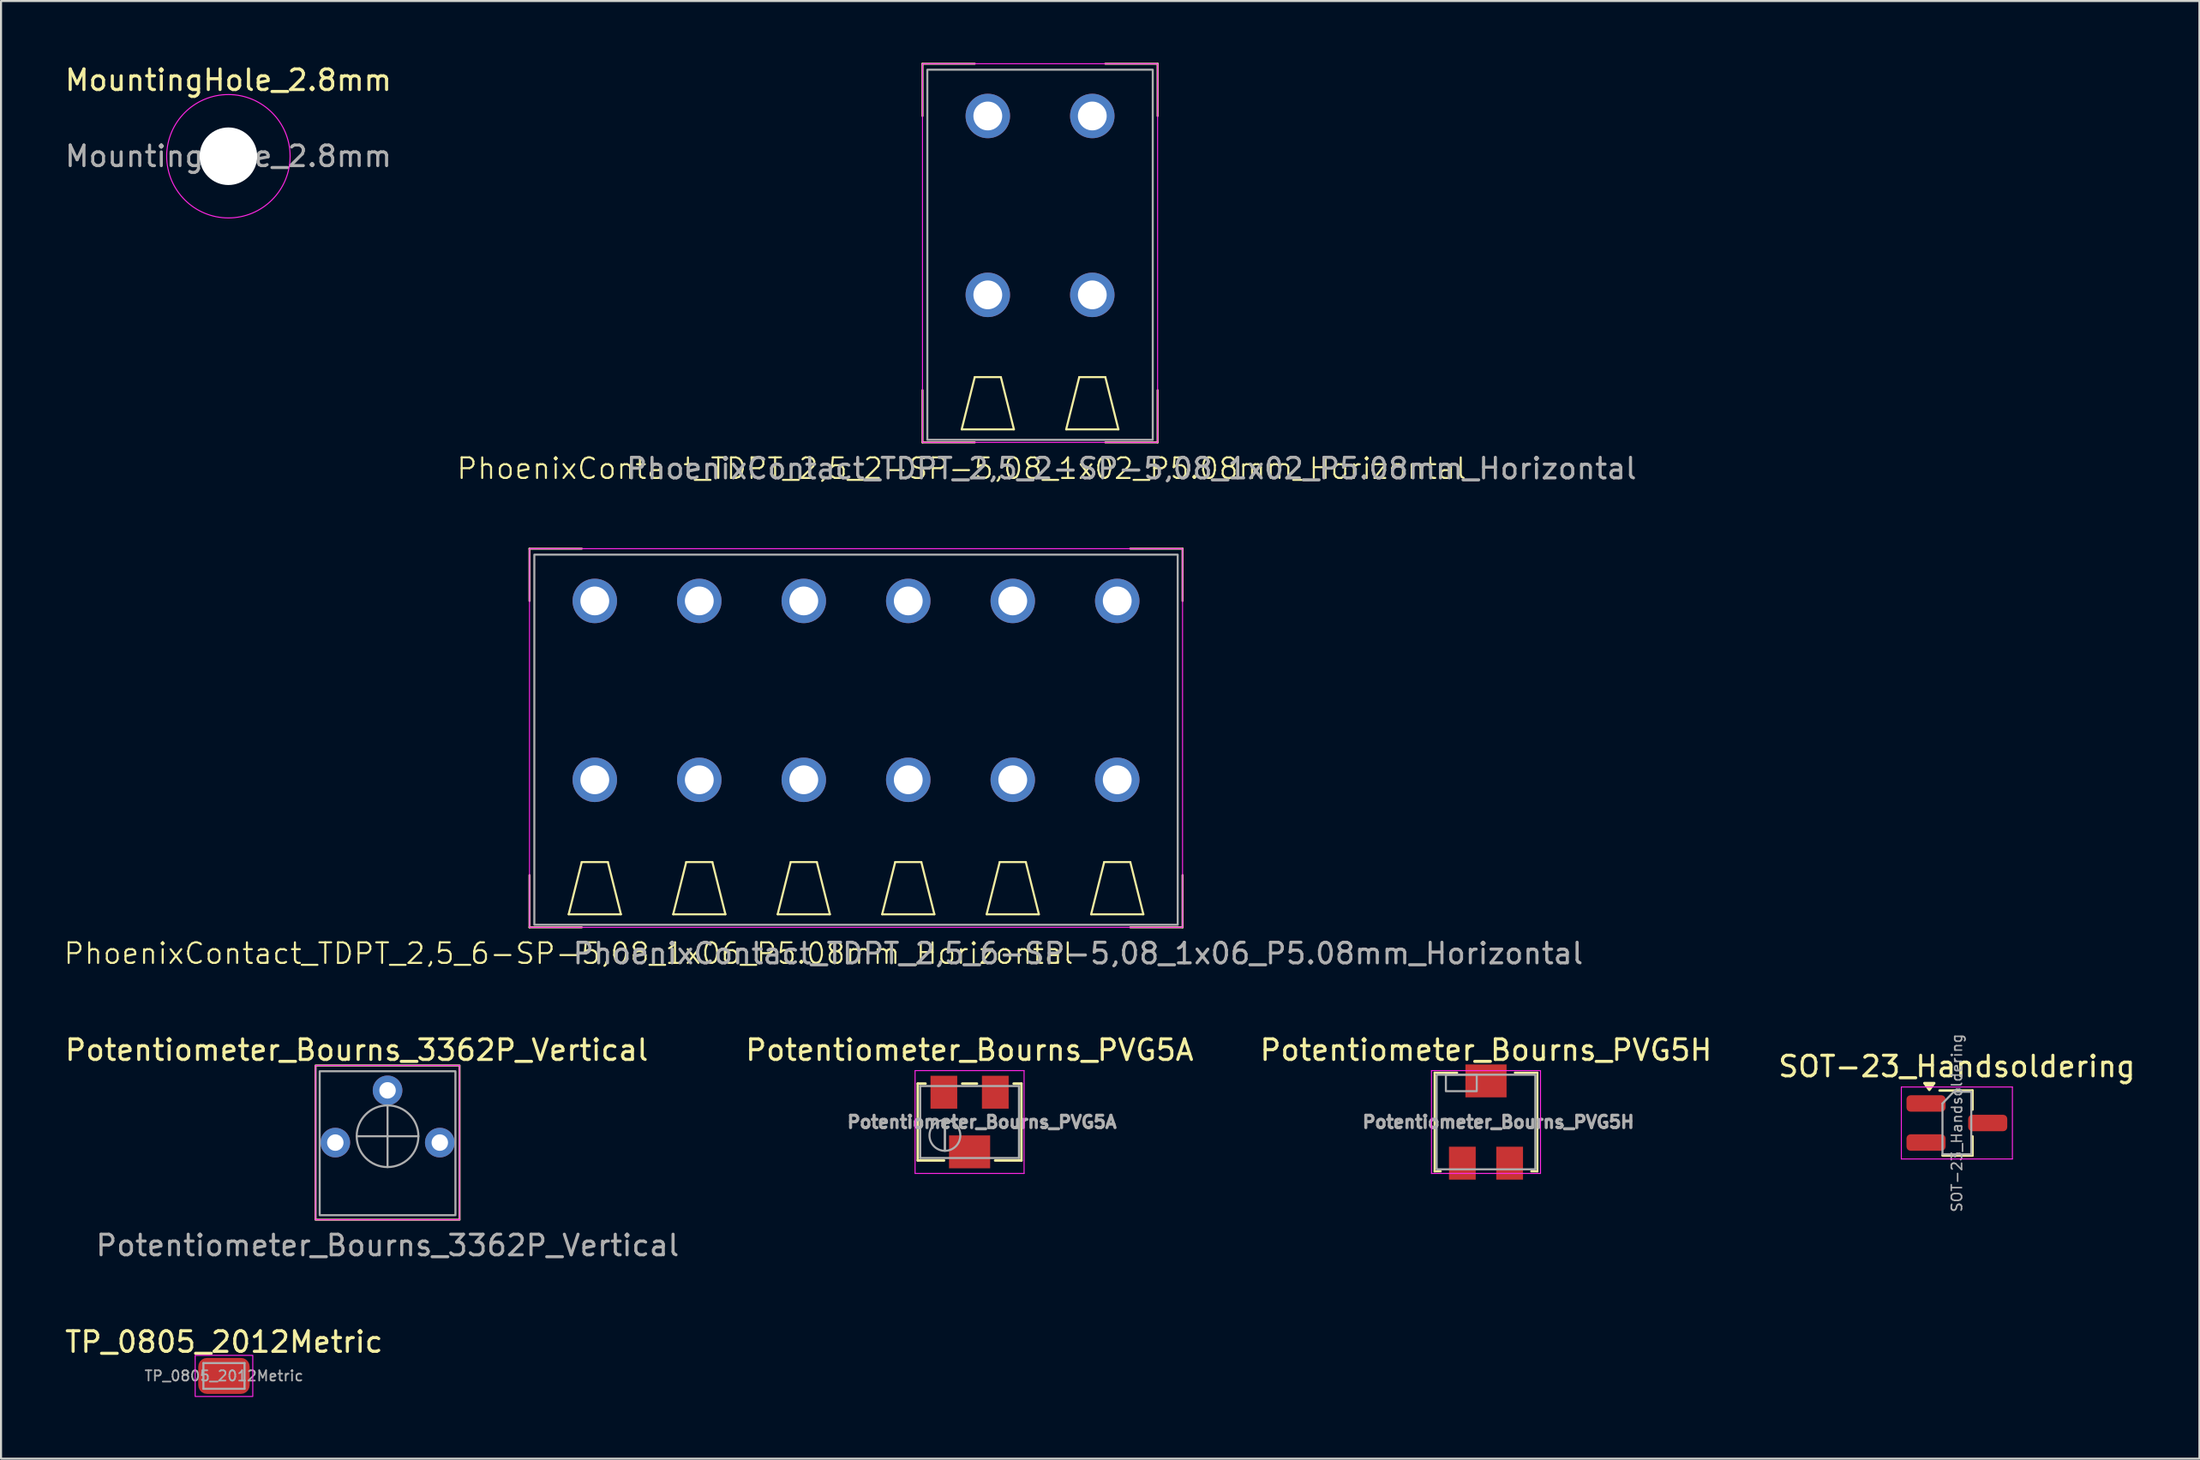
<source format=kicad_pcb>
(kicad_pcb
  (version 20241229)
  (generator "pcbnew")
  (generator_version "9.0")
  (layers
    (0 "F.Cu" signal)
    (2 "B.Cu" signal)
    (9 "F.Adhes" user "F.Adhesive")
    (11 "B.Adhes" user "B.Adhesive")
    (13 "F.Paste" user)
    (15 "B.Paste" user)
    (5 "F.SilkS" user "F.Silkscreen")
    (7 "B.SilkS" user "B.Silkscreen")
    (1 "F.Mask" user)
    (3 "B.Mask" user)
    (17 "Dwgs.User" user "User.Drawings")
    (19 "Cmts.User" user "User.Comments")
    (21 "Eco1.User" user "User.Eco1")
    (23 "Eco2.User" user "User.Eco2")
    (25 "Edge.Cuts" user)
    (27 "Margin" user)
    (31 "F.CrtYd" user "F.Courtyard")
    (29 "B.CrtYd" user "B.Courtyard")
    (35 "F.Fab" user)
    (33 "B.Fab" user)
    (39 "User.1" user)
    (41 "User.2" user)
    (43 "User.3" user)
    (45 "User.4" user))
  (footprint "SOT-23_Handsoldering"
    (layer "F.Cu")
    (at 92.089 51.562)
    (property "Reference" "SOT-23_Handsoldering" (at 0 -2.75 0) (layer "F.SilkS") (effects (font (size 1 1) (thickness 0.15))))
    (attr smd)
    (fp_line (start -0.04 -1.58) (end -0.84 -1.58) (stroke (width 0.12) (type solid)) (layer "F.SilkS"))
    (fp_line (start -0.04 -1.58) (end 0.76 -1.58) (stroke (width 0.12) (type solid)) (layer "F.SilkS"))
    (fp_line (start 0.76 -1.58) (end 0.76 -0.65) (stroke (width 0.12) (type solid)) (layer "F.SilkS"))
    (fp_line (start 0.76 1.58) (end -0.7 1.58) (stroke (width 0.12) (type solid)) (layer "F.SilkS"))
    (fp_line (start 0.76 1.58) (end 0.76 0.65) (stroke (width 0.12) (type solid)) (layer "F.SilkS"))
    (fp_poly (pts (xy -1.34 -1.61) (xy -1.58 -1.94) (xy -1.1 -1.94) (xy -1.34 -1.61)) (stroke (width 0.12) (type solid)) (fill yes) (layer "F.SilkS"))
    (fp_line (start -2.7 -1.75) (end 2.7 -1.75) (stroke (width 0.05) (type solid)) (layer "F.CrtYd"))
    (fp_line (start -2.7 1.75) (end -2.7 -1.75) (stroke (width 0.05) (type solid)) (layer "F.CrtYd"))
    (fp_line (start 2.7 -1.75) (end 2.7 1.75) (stroke (width 0.05) (type solid)) (layer "F.CrtYd"))
    (fp_line (start 2.7 1.75) (end -2.7 1.75) (stroke (width 0.05) (type solid)) (layer "F.CrtYd"))
    (fp_line (start -0.7 -0.95) (end -0.7 1.5) (stroke (width 0.1) (type solid)) (layer "F.Fab"))
    (fp_line (start -0.7 -0.95) (end -0.15 -1.52) (stroke (width 0.1) (type solid)) (layer "F.Fab"))
    (fp_line (start -0.7 1.52) (end 0.7 1.52) (stroke (width 0.1) (type solid)) (layer "F.Fab"))
    (fp_line (start -0.15 -1.52) (end 0.7 -1.52) (stroke (width 0.1) (type solid)) (layer "F.Fab"))
    (fp_line (start 0.7 -1.52) (end 0.7 1.52) (stroke (width 0.1) (type solid)) (layer "F.Fab"))
    (fp_text user "${REFERENCE}" (at 0 0 90) (layer "F.Fab") (effects (font (size 0.5 0.5) (thickness 0.075))))
    (pad "1" smd roundrect (at -1.5 -0.95) (size 1.9 0.8) (layers "F.Cu" "F.Mask" "F.Paste") (roundrect_rratio 0.25))
    (pad "2" smd roundrect (at -1.5 0.95) (size 1.9 0.8) (layers "F.Cu" "F.Mask" "F.Paste") (roundrect_rratio 0.25))
    (pad "3" smd roundrect (at 1.5 0) (size 1.9 0.8) (layers "F.Cu" "F.Mask" "F.Paste") (roundrect_rratio 0.25)))
  (footprint "Potentiometer_Bourns_PVG5A"
    (layer "F.Cu")
    (at 44.089 51.515)
    (property "Reference" "Potentiometer_Bourns_PVG5A" (at 0 -3.5 0) (layer "F.SilkS") (effects (font (size 1 1) (thickness 0.15))))
    (attr smd)
    (fp_line (start -2.52 -1.87) (end -2.52 1.87) (stroke (width 0.12) (type solid)) (layer "F.SilkS"))
    (fp_line (start -2.52 -1.87) (end -2.14 -1.87) (stroke (width 0.12) (type solid)) (layer "F.SilkS"))
    (fp_line (start -2.52 1.87) (end -1.24 1.87) (stroke (width 0.12) (type solid)) (layer "F.SilkS"))
    (fp_line (start -0.36 -1.87) (end 0.36 -1.87) (stroke (width 0.12) (type solid)) (layer "F.SilkS"))
    (fp_line (start 1.24 1.87) (end 2.52 1.87) (stroke (width 0.12) (type solid)) (layer "F.SilkS"))
    (fp_line (start 2.14 -1.87) (end 2.52 -1.87) (stroke (width 0.12) (type solid)) (layer "F.SilkS"))
    (fp_line (start 2.52 -1.87) (end 2.52 1.87) (stroke (width 0.12) (type solid)) (layer "F.SilkS"))
    (fp_line (start -2.65 -2.5) (end -2.65 2.5) (stroke (width 0.05) (type solid)) (layer "F.CrtYd"))
    (fp_line (start -2.65 2.5) (end 2.65 2.5) (stroke (width 0.05) (type solid)) (layer "F.CrtYd"))
    (fp_line (start 2.65 -2.5) (end -2.65 -2.5) (stroke (width 0.05) (type solid)) (layer "F.CrtYd"))
    (fp_line (start 2.65 2.5) (end 2.65 -2.5) (stroke (width 0.05) (type solid)) (layer "F.CrtYd"))
    (fp_line (start -2.4 -1.75) (end -2.4 1.75) (stroke (width 0.1) (type solid)) (layer "F.Fab"))
    (fp_line (start -2.4 1.75) (end 2.4 1.75) (stroke (width 0.1) (type solid)) (layer "F.Fab"))
    (fp_line (start -1.2 1.393) (end -1.199 -0.092) (stroke (width 0.1) (type solid)) (layer "F.Fab"))
    (fp_line (start -1.2 1.393) (end -1.199 -0.092) (stroke (width 0.1) (type solid)) (layer "F.Fab"))
    (fp_line (start 2.4 -1.75) (end -2.4 -1.75) (stroke (width 0.1) (type solid)) (layer "F.Fab"))
    (fp_line (start 2.4 1.75) (end 2.4 -1.75) (stroke (width 0.1) (type solid)) (layer "F.Fab"))
    (fp_circle (center -1.2 0.65) (end -0.45 0.65) (stroke (width 0.1) (type solid)) (fill no) (layer "F.Fab"))
    (fp_text user "${REFERENCE}" (at 0.6 0 0) (layer "F.Fab") (effects (font (size 0.6 0.6) (thickness 0.15))))
    (pad "1" smd rect (at 1.25 -1.45) (size 1.3 1.6) (layers "F.Cu" "F.Mask" "F.Paste"))
    (pad "2" smd rect (at 0 1.45) (size 2 1.6) (layers "F.Cu" "F.Mask" "F.Paste"))
    (pad "3" smd rect (at -1.25 -1.45) (size 1.3 1.6) (layers "F.Cu" "F.Mask" "F.Paste")))
  (footprint "PhoenixContact_TDPT_2,5_6-SP-5,08_1x06_P5.08mm_Horizontal"
    (layer "F.Cu")
    (at 25.868 26.173)
    (property "Reference" "PhoenixContact_TDPT_2,5_6-SP-5,08_1x06_P5.08mm_Horizontal" (at -1.27 17.145 0) (unlocked yes) (layer "F.SilkS") (effects (font (size 1 1) (thickness 0.1))))
    (attr through_hole)
    (fp_line (start -3.175 -2.54) (end -0.635 -2.54) (stroke (width 0.1) (type default)) (layer "F.SilkS"))
    (fp_line (start -3.175 0) (end -3.175 -2.54) (stroke (width 0.1) (type default)) (layer "F.SilkS"))
    (fp_line (start -3.175 13.335) (end -3.175 15.875) (stroke (width 0.1) (type default)) (layer "F.SilkS"))
    (fp_line (start -3.175 15.875) (end -0.635 15.875) (stroke (width 0.1) (type default)) (layer "F.SilkS"))
    (fp_line (start -1.27 15.24) (end -0.635 12.7) (stroke (width 0.1) (type default)) (layer "F.SilkS"))
    (fp_line (start -0.635 12.7) (end 0.635 12.7) (stroke (width 0.1) (type default)) (layer "F.SilkS"))
    (fp_line (start 0.635 12.7) (end 1.27 15.24) (stroke (width 0.1) (type default)) (layer "F.SilkS"))
    (fp_line (start 1.27 15.24) (end -1.27 15.24) (stroke (width 0.1) (type default)) (layer "F.SilkS"))
    (fp_line (start 3.81 15.24) (end 4.445 12.7) (stroke (width 0.1) (type default)) (layer "F.SilkS"))
    (fp_line (start 4.445 12.7) (end 5.715 12.7) (stroke (width 0.1) (type default)) (layer "F.SilkS"))
    (fp_line (start 5.715 12.7) (end 6.35 15.24) (stroke (width 0.1) (type default)) (layer "F.SilkS"))
    (fp_line (start 6.35 15.24) (end 3.81 15.24) (stroke (width 0.1) (type default)) (layer "F.SilkS"))
    (fp_line (start 8.89 15.24) (end 9.525 12.7) (stroke (width 0.1) (type default)) (layer "F.SilkS"))
    (fp_line (start 9.525 12.7) (end 10.795 12.7) (stroke (width 0.1) (type default)) (layer "F.SilkS"))
    (fp_line (start 10.795 12.7) (end 11.43 15.24) (stroke (width 0.1) (type default)) (layer "F.SilkS"))
    (fp_line (start 11.43 15.24) (end 8.89 15.24) (stroke (width 0.1) (type default)) (layer "F.SilkS"))
    (fp_line (start 13.97 15.24) (end 14.605 12.7) (stroke (width 0.1) (type default)) (layer "F.SilkS"))
    (fp_line (start 14.605 12.7) (end 15.875 12.7) (stroke (width 0.1) (type default)) (layer "F.SilkS"))
    (fp_line (start 15.875 12.7) (end 16.51 15.24) (stroke (width 0.1) (type default)) (layer "F.SilkS"))
    (fp_line (start 16.51 15.24) (end 13.97 15.24) (stroke (width 0.1) (type default)) (layer "F.SilkS"))
    (fp_line (start 19.05 15.24) (end 19.685 12.7) (stroke (width 0.1) (type default)) (layer "F.SilkS"))
    (fp_line (start 19.685 12.7) (end 20.955 12.7) (stroke (width 0.1) (type default)) (layer "F.SilkS"))
    (fp_line (start 20.955 12.7) (end 21.59 15.24) (stroke (width 0.1) (type default)) (layer "F.SilkS"))
    (fp_line (start 21.59 15.24) (end 19.05 15.24) (stroke (width 0.1) (type default)) (layer "F.SilkS"))
    (fp_line (start 24.13 15.24) (end 24.765 12.7) (stroke (width 0.1) (type default)) (layer "F.SilkS"))
    (fp_line (start 24.765 12.7) (end 26.035 12.7) (stroke (width 0.1) (type default)) (layer "F.SilkS"))
    (fp_line (start 26.035 -2.54) (end 28.575 -2.54) (stroke (width 0.1) (type default)) (layer "F.SilkS"))
    (fp_line (start 26.035 12.7) (end 26.67 15.24) (stroke (width 0.1) (type default)) (layer "F.SilkS"))
    (fp_line (start 26.035 15.875) (end 28.575 15.875) (stroke (width 0.1) (type default)) (layer "F.SilkS"))
    (fp_line (start 26.67 15.24) (end 24.13 15.24) (stroke (width 0.1) (type default)) (layer "F.SilkS"))
    (fp_line (start 28.575 -2.54) (end 28.575 0) (stroke (width 0.1) (type default)) (layer "F.SilkS"))
    (fp_line (start 28.575 15.875) (end 28.575 13.335) (stroke (width 0.1) (type default)) (layer "F.SilkS"))
    (fp_rect (start -3.175 -2.54) (end 28.575 15.875) (stroke (width 0.05) (type default)) (fill no) (layer "F.CrtYd"))
    (fp_rect (start -2.94 -2.25) (end 28.34 15.75) (stroke (width 0.1) (type default)) (fill no) (layer "F.Fab"))
    (fp_text user "${REFERENCE}" (at 23.495 17.145 0) (unlocked yes) (layer "F.Fab") (effects (font (size 1 1) (thickness 0.15))))
    (pad "1" thru_hole circle (at 0 0) (size 2.162 2.162) (drill 1.4) (layers "*.Cu" "*.Mask"))
    (pad "1" thru_hole circle (at 0 8.7) (size 2.162 2.162) (drill 1.4) (layers "*.Cu" "*.Mask"))
    (pad "2" thru_hole circle (at 5.08 0) (size 2.162 2.162) (drill 1.4) (layers "*.Cu" "*.Mask"))
    (pad "2" thru_hole circle (at 5.08 8.7) (size 2.162 2.162) (drill 1.4) (layers "*.Cu" "*.Mask"))
    (pad "3" thru_hole circle (at 10.16 0) (size 2.162 2.162) (drill 1.4) (layers "*.Cu" "*.Mask"))
    (pad "3" thru_hole circle (at 10.16 8.7) (size 2.162 2.162) (drill 1.4) (layers "*.Cu" "*.Mask"))
    (pad "4" thru_hole circle (at 15.24 0) (size 2.162 2.162) (drill 1.4) (layers "*.Cu" "*.Mask"))
    (pad "4" thru_hole circle (at 15.24 8.7) (size 2.162 2.162) (drill 1.4) (layers "*.Cu" "*.Mask"))
    (pad "5" thru_hole circle (at 20.32 0) (size 2.162 2.162) (drill 1.4) (layers "*.Cu" "*.Mask"))
    (pad "5" thru_hole circle (at 20.32 8.7) (size 2.162 2.162) (drill 1.4) (layers "*.Cu" "*.Mask"))
    (pad "6" thru_hole circle (at 25.4 0) (size 2.162 2.162) (drill 1.4) (layers "*.Cu" "*.Mask"))
    (pad "6" thru_hole circle (at 25.4 8.7) (size 2.162 2.162) (drill 1.4) (layers "*.Cu" "*.Mask")))
  (footprint "Potentiometer_Bourns_PVG5H"
    (layer "F.Cu")
    (at 69.196 51.515)
    (property "Reference" "Potentiometer_Bourns_PVG5H" (at 0 -3.5 0) (layer "F.SilkS") (effects (font (size 1 1) (thickness 0.15))))
    (attr smd)
    (fp_line (start -2.5 -2.4) (end -1.4 -2.4) (stroke (width 0.1) (type default)) (layer "F.SilkS"))
    (fp_line (start -2.5 2.4) (end -2.5 -2.4) (stroke (width 0.1) (type default)) (layer "F.SilkS"))
    (fp_line (start -2.2 2.4) (end -2.5 2.4) (stroke (width 0.1) (type default)) (layer "F.SilkS"))
    (fp_line (start 1.4 -2.4) (end 2.5 -2.4) (stroke (width 0.1) (type default)) (layer "F.SilkS"))
    (fp_line (start 2.5 -2.4) (end 2.5 2.4) (stroke (width 0.1) (type default)) (layer "F.SilkS"))
    (fp_line (start 2.5 2.4) (end 2.2 2.4) (stroke (width 0.1) (type default)) (layer "F.SilkS"))
    (fp_line (start -2.65 -2.5) (end -2.65 2.5) (stroke (width 0.05) (type solid)) (layer "F.CrtYd"))
    (fp_line (start -2.65 2.5) (end 2.65 2.5) (stroke (width 0.05) (type solid)) (layer "F.CrtYd"))
    (fp_line (start 2.65 -2.5) (end -2.65 -2.5) (stroke (width 0.05) (type solid)) (layer "F.CrtYd"))
    (fp_line (start 2.65 2.5) (end 2.65 -2.5) (stroke (width 0.05) (type solid)) (layer "F.CrtYd"))
    (fp_rect (start -2.4 -2.3) (end 2.4 2.3) (stroke (width 0.1) (type default)) (fill no) (layer "F.Fab"))
    (fp_rect (start -1.95 -2.3) (end -0.45 -1.5) (stroke (width 0.1) (type default)) (fill no) (layer "F.Fab"))
    (fp_text user "${REFERENCE}" (at 0.6 0 0) (layer "F.Fab") (effects (font (size 0.6 0.6) (thickness 0.15))))
    (pad "1" smd rect (at 1.15 2) (size 1.3 1.6) (layers "F.Cu" "F.Mask" "F.Paste"))
    (pad "2" smd rect (at 0 -2) (size 2 1.6) (layers "F.Cu" "F.Mask" "F.Paste"))
    (pad "3" smd rect (at -1.15 2) (size 1.3 1.6) (layers "F.Cu" "F.Mask" "F.Paste")))
  (footprint "TP_0805_2012Metric"
    (layer "F.Cu")
    (at 7.839 63.861)
    (property "Reference" "TP_0805_2012Metric" (at 0 -1.65 0) (layer "F.SilkS") (effects (font (size 1 1) (thickness 0.15))))
    (attr smd)
    (fp_rect (start -1.4 -1) (end 1.4 1) (stroke (width 0.05) (type default)) (fill no) (layer "F.CrtYd"))
    (fp_line (start -1 -0.625) (end 1 -0.625) (stroke (width 0.1) (type solid)) (layer "F.Fab"))
    (fp_line (start -1 0.625) (end -1 -0.625) (stroke (width 0.1) (type solid)) (layer "F.Fab"))
    (fp_line (start 1 -0.625) (end 1 0.625) (stroke (width 0.1) (type solid)) (layer "F.Fab"))
    (fp_line (start 1 0.625) (end -1 0.625) (stroke (width 0.1) (type solid)) (layer "F.Fab"))
    (fp_text user "${REFERENCE}" (at 0 0 0) (layer "F.Fab") (effects (font (size 0.5 0.5) (thickness 0.08))))
    (pad "1" smd roundrect (at 0 0) (size 2.5 1.75) (layers "F.Cu" "F.Mask" "F.Paste") (roundrect_rratio 0.244)))
  (footprint "Potentiometer_Bourns_3362P_Vertical"
    (layer "F.Cu")
    (at 15.792 52.515)
    (property "Reference" "Potentiometer_Bourns_3362P_Vertical" (at -1.5 -4.5 0) (layer "F.SilkS") (effects (font (size 1 1) (thickness 0.15))))
    (attr through_hole)
    (fp_rect (start -3.5 -3.75) (end 3.5 3.75) (stroke (width 0.1) (type default)) (fill no) (layer "F.SilkS"))
    (fp_rect (start -3.5 -3.75) (end 3.5 3.75) (stroke (width 0.05) (type default)) (fill no) (layer "F.CrtYd"))
    (fp_line (start -1.5 -0.31) (end 1.5 -0.31) (stroke (width 0.1) (type default)) (layer "F.Fab"))
    (fp_line (start 0 -1.81) (end 0 1.19) (stroke (width 0.1) (type default)) (layer "F.Fab"))
    (fp_rect (start -3.3 -3.47) (end 3.3 3.53) (stroke (width 0.1) (type default)) (fill no) (layer "F.Fab"))
    (fp_circle (center 0 -0.31) (end 1.5 -0.31) (stroke (width 0.1) (type default)) (fill no) (layer "F.Fab"))
    (fp_text user "${REFERENCE}" (at 0 5 0) (layer "F.Fab") (effects (font (size 1 1) (thickness 0.15))))
    (pad "1" thru_hole circle (at -2.54 0) (size 1.44 1.44) (drill 0.8) (layers "*.Cu" "*.Mask"))
    (pad "2" thru_hole circle (at 0 -2.54) (size 1.44 1.44) (drill 0.8) (layers "*.Cu" "*.Mask"))
    (pad "3" thru_hole circle (at 2.54 0) (size 1.44 1.44) (drill 0.8) (layers "*.Cu" "*.Mask")))
  (footprint "MountingHole_2.8mm"
    (layer "F.Cu")
    (at 8.054 4.548)
    (property "Reference" "MountingHole_2.8mm" (at 0 -3.7 0) (layer "F.SilkS") (effects (font (size 1 1) (thickness 0.15))))
    (attr board_only exclude_from_pos_files exclude_from_bom)
    (fp_circle (center 0 0) (end 3 0) (stroke (width 0.05) (type solid)) (fill no) (layer "F.CrtYd"))
    (fp_text user "${REFERENCE}" (at 0 0 0) (layer "F.Fab") (effects (font (size 1 1) (thickness 0.15))))
    (pad "" np_thru_hole circle (at 0 0) (size 2.8 2.8) (drill 2.8) (layers "*.Cu" "*.Mask")))
  (footprint "PhoenixContact_TDPT_2,5_2-SP-5,08_1x02_P5.08mm_Horizontal"
    (layer "F.Cu")
    (at 44.975 2.59)
    (property "Reference" "PhoenixContact_TDPT_2,5_2-SP-5,08_1x02_P5.08mm_Horizontal" (at -1.27 17.145 0) (unlocked yes) (layer "F.SilkS") (effects (font (size 1 1) (thickness 0.1))))
    (attr through_hole)
    (fp_line (start -3.175 -2.54) (end -0.635 -2.54) (stroke (width 0.1) (type default)) (layer "F.SilkS"))
    (fp_line (start -3.175 0) (end -3.175 -2.54) (stroke (width 0.1) (type default)) (layer "F.SilkS"))
    (fp_line (start -3.175 13.335) (end -3.175 15.875) (stroke (width 0.1) (type default)) (layer "F.SilkS"))
    (fp_line (start -3.175 15.875) (end -0.635 15.875) (stroke (width 0.1) (type default)) (layer "F.SilkS"))
    (fp_line (start -1.27 15.24) (end -0.635 12.7) (stroke (width 0.1) (type default)) (layer "F.SilkS"))
    (fp_line (start -0.635 12.7) (end 0.635 12.7) (stroke (width 0.1) (type default)) (layer "F.SilkS"))
    (fp_line (start 0.635 12.7) (end 1.27 15.24) (stroke (width 0.1) (type default)) (layer "F.SilkS"))
    (fp_line (start 1.27 15.24) (end -1.27 15.24) (stroke (width 0.1) (type default)) (layer "F.SilkS"))
    (fp_line (start 3.81 15.24) (end 4.445 12.7) (stroke (width 0.1) (type default)) (layer "F.SilkS"))
    (fp_line (start 4.445 12.7) (end 5.715 12.7) (stroke (width 0.1) (type default)) (layer "F.SilkS"))
    (fp_line (start 5.715 -2.54) (end 8.255 -2.54) (stroke (width 0.1) (type default)) (layer "F.SilkS"))
    (fp_line (start 5.715 12.7) (end 6.35 15.24) (stroke (width 0.1) (type default)) (layer "F.SilkS"))
    (fp_line (start 5.715 15.875) (end 8.255 15.875) (stroke (width 0.1) (type default)) (layer "F.SilkS"))
    (fp_line (start 6.35 15.24) (end 3.81 15.24) (stroke (width 0.1) (type default)) (layer "F.SilkS"))
    (fp_line (start 8.255 -2.54) (end 8.255 0) (stroke (width 0.1) (type default)) (layer "F.SilkS"))
    (fp_line (start 8.255 15.875) (end 8.255 13.335) (stroke (width 0.1) (type default)) (layer "F.SilkS"))
    (fp_rect (start -3.175 -2.54) (end 8.255 15.875) (stroke (width 0.05) (type default)) (fill no) (layer "F.CrtYd"))
    (fp_rect (start -2.94 -2.25) (end 8.02 15.75) (stroke (width 0.1) (type default)) (fill no) (layer "F.Fab"))
    (fp_text user "${REFERENCE}" (at 6.985 17.145 0) (unlocked yes) (layer "F.Fab") (effects (font (size 1 1) (thickness 0.15))))
    (pad "1" thru_hole circle (at 0 0) (size 2.162 2.162) (drill 1.4) (layers "*.Cu" "*.Mask"))
    (pad "1" thru_hole circle (at 0 8.7) (size 2.162 2.162) (drill 1.4) (layers "*.Cu" "*.Mask"))
    (pad "2" thru_hole circle (at 5.08 0) (size 2.162 2.162) (drill 1.4) (layers "*.Cu" "*.Mask"))
    (pad "2" thru_hole circle (at 5.08 8.7) (size 2.162 2.162) (drill 1.4) (layers "*.Cu" "*.Mask")))
  (gr_rect
    (start -3 -3)
    (end 103.881 67.886)
    (stroke (width 0.1) (type default))
    (fill no)
    (layer "Edge.Cuts")))
</source>
